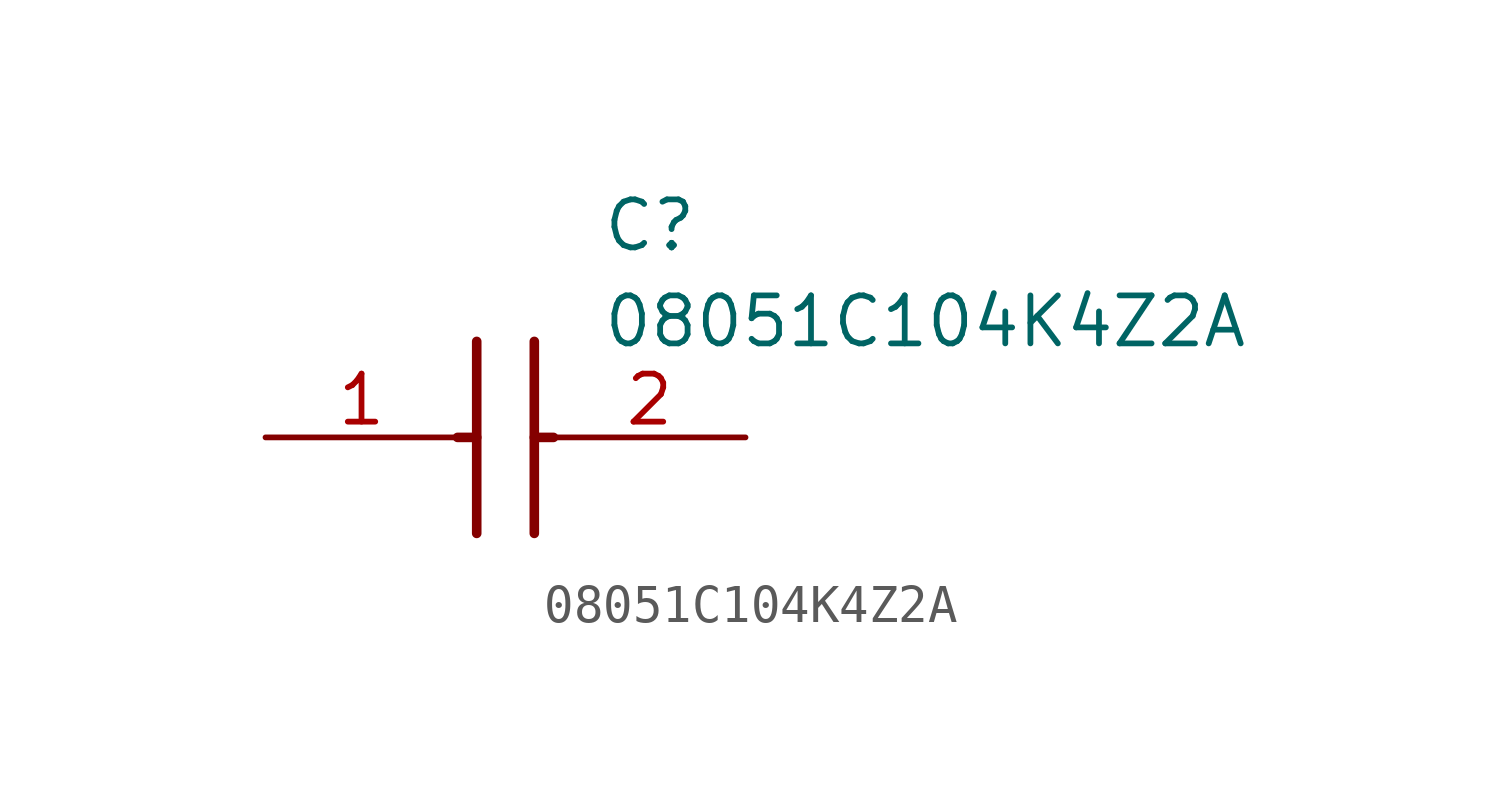
<source format=kicad_sym>
(kicad_symbol_lib
  (version 20211014)
  (generator SamacSys_ECAD_Model)
  (symbol "08051C104K4Z2A"
    (pin_names hide)
    (property "Reference" "C"
      (at 8.89 6.35 0)
      (effects (font (size 1.27 1.27)) (justify left top)))
    (property "Value" "08051C104K4Z2A"
      (at 8.89 3.81 0)
      (effects (font (size 1.27 1.27)) (justify left top)))
    (polyline
      (pts (xy 5.588 2.54) (xy 5.588 -2.54))
      (stroke (width 0.254) (type default))
      (fill (type none)))
    (polyline
      (pts (xy 7.112 2.54) (xy 7.112 -2.54))
      (stroke (width 0.254) (type default))
      (fill (type none)))
    (polyline
      (pts (xy 5.08 0) (xy 5.588 0))
      (stroke (width 0.254) (type default))
      (fill (type none)))
    (polyline
      (pts (xy 7.112 0) (xy 7.62 0))
      (stroke (width 0.254) (type default))
      (fill (type none)))
    (pin passive line
      (at 0 0 0)
      (length 5.08)
      (name "1" (effects (font (size 1.27 1.27))))
      (number "1" (effects (font (size 1.27 1.27)))))
    (pin passive line
      (at 12.7 0 180)
      (length 5.08)
      (name "2" (effects (font (size 1.27 1.27))))
      (number "2" (effects (font (size 1.27 1.27)))))))
</source>
